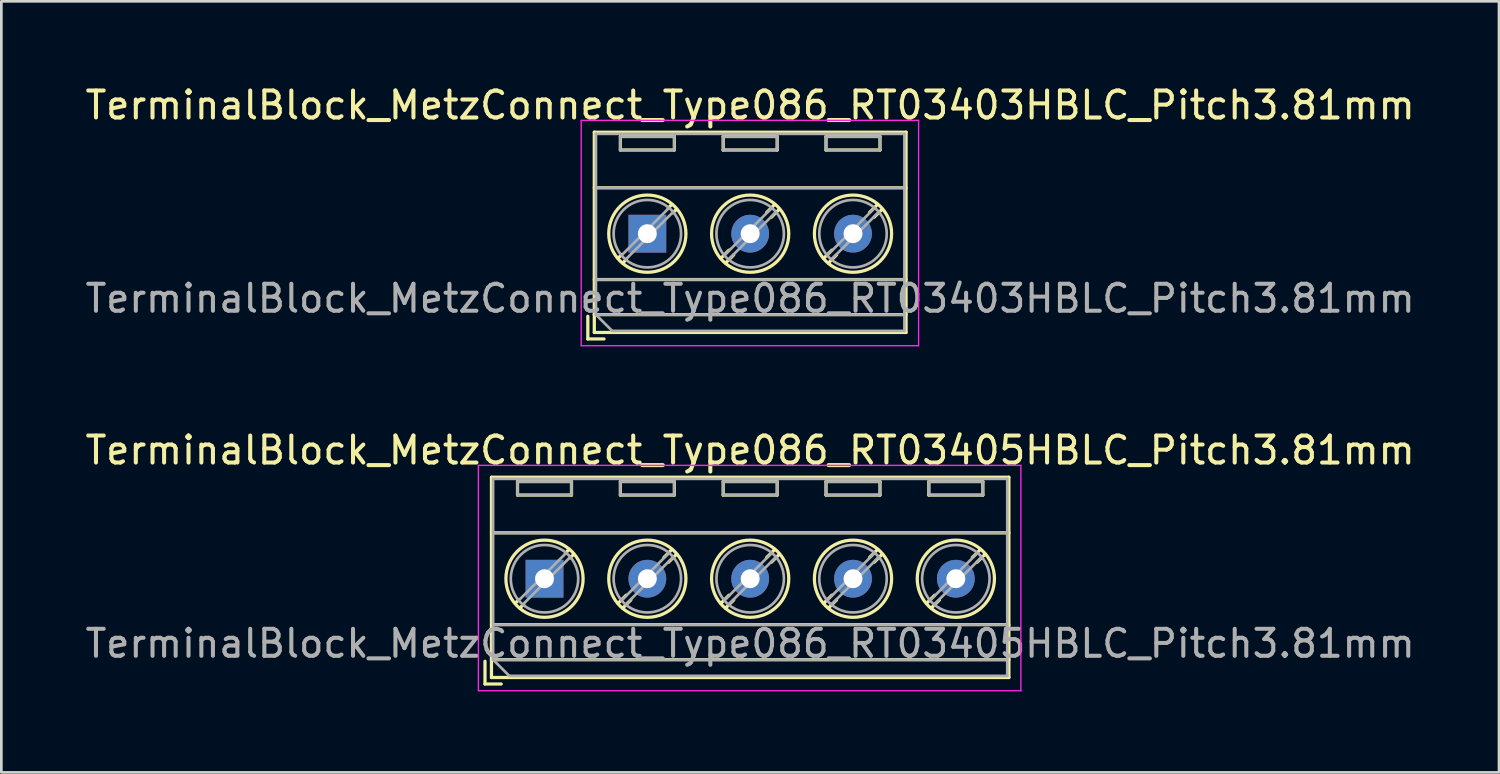
<source format=kicad_pcb>
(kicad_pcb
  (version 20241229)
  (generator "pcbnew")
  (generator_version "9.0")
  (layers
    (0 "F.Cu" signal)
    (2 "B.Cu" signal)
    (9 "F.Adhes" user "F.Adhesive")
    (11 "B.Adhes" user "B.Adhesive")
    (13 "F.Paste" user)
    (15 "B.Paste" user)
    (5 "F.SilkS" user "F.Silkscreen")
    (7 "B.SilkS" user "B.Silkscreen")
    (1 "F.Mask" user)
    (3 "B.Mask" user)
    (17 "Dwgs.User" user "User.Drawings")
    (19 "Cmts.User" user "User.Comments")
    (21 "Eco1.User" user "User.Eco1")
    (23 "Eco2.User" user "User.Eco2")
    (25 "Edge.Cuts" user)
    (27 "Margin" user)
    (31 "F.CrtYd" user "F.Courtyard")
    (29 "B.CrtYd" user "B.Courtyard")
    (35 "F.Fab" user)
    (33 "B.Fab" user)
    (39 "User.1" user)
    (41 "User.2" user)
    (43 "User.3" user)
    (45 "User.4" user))
  (footprint "TerminalBlock_MetzConnect_Type086_RT03405HBLC_Pitch3.81mm"
    (layer "F.Cu")
    (at 17.124 18.392)
    (property "Reference" "TerminalBlock_MetzConnect_Type086_RT03405HBLC_Pitch3.81mm" (at 7.62 -4.76 0) (layer "F.SilkS") (effects (font (size 1 1) (thickness 0.15))))
    (attr through_hole)
    (fp_line (start -2.205 3.06) (end -2.205 3.9) (stroke (width 0.12) (type solid)) (layer "F.SilkS"))
    (fp_line (start -2.205 3.9) (end -1.605 3.9) (stroke (width 0.12) (type solid)) (layer "F.SilkS"))
    (fp_line (start -1.965 -3.76) (end -1.965 3.66) (stroke (width 0.12) (type solid)) (layer "F.SilkS"))
    (fp_line (start -1.965 -1.7) (end 17.205 -1.7) (stroke (width 0.12) (type solid)) (layer "F.SilkS"))
    (fp_line (start -1.965 1.7) (end 17.205 1.7) (stroke (width 0.12) (type solid)) (layer "F.SilkS"))
    (fp_line (start -1.965 3) (end 17.205 3) (stroke (width 0.12) (type solid)) (layer "F.SilkS"))
    (fp_line (start -1.965 3.66) (end 17.205 3.66) (stroke (width 0.12) (type solid)) (layer "F.SilkS"))
    (fp_line (start -1 -3.6) (end -1 -3.1) (stroke (width 0.12) (type solid)) (layer "F.SilkS"))
    (fp_line (start -1 -3.6) (end 1 -3.6) (stroke (width 0.12) (type solid)) (layer "F.SilkS"))
    (fp_line (start -1 -3.1) (end 1 -3.1) (stroke (width 0.12) (type solid)) (layer "F.SilkS"))
    (fp_line (start -0.946 0.771) (end -1.085 0.91) (stroke (width 0.12) (type solid)) (layer "F.SilkS"))
    (fp_line (start -0.771 0.945) (end -0.911 1.085) (stroke (width 0.12) (type solid)) (layer "F.SilkS"))
    (fp_line (start 0.911 -1.085) (end 0.771 -0.945) (stroke (width 0.12) (type solid)) (layer "F.SilkS"))
    (fp_line (start 1 -3.6) (end 1 -3.1) (stroke (width 0.12) (type solid)) (layer "F.SilkS"))
    (fp_line (start 1.085 -0.91) (end 0.945 -0.771) (stroke (width 0.12) (type solid)) (layer "F.SilkS"))
    (fp_line (start 2.81 -3.6) (end 2.81 -3.1) (stroke (width 0.12) (type solid)) (layer "F.SilkS"))
    (fp_line (start 2.81 -3.6) (end 4.81 -3.6) (stroke (width 0.12) (type solid)) (layer "F.SilkS"))
    (fp_line (start 2.81 -3.1) (end 4.81 -3.1) (stroke (width 0.12) (type solid)) (layer "F.SilkS"))
    (fp_line (start 3.025 0.611) (end 2.726 0.91) (stroke (width 0.12) (type solid)) (layer "F.SilkS"))
    (fp_line (start 3.2 0.786) (end 2.9 1.085) (stroke (width 0.12) (type solid)) (layer "F.SilkS"))
    (fp_line (start 4.721 -1.085) (end 4.421 -0.786) (stroke (width 0.12) (type solid)) (layer "F.SilkS"))
    (fp_line (start 4.81 -3.6) (end 4.81 -3.1) (stroke (width 0.12) (type solid)) (layer "F.SilkS"))
    (fp_line (start 4.895 -0.91) (end 4.596 -0.611) (stroke (width 0.12) (type solid)) (layer "F.SilkS"))
    (fp_line (start 6.62 -3.6) (end 6.62 -3.1) (stroke (width 0.12) (type solid)) (layer "F.SilkS"))
    (fp_line (start 6.62 -3.6) (end 8.62 -3.6) (stroke (width 0.12) (type solid)) (layer "F.SilkS"))
    (fp_line (start 6.62 -3.1) (end 8.62 -3.1) (stroke (width 0.12) (type solid)) (layer "F.SilkS"))
    (fp_line (start 6.835 0.611) (end 6.536 0.91) (stroke (width 0.12) (type solid)) (layer "F.SilkS"))
    (fp_line (start 7.01 0.786) (end 6.71 1.085) (stroke (width 0.12) (type solid)) (layer "F.SilkS"))
    (fp_line (start 8.531 -1.085) (end 8.231 -0.786) (stroke (width 0.12) (type solid)) (layer "F.SilkS"))
    (fp_line (start 8.62 -3.6) (end 8.62 -3.1) (stroke (width 0.12) (type solid)) (layer "F.SilkS"))
    (fp_line (start 8.705 -0.91) (end 8.406 -0.611) (stroke (width 0.12) (type solid)) (layer "F.SilkS"))
    (fp_line (start 10.43 -3.6) (end 10.43 -3.1) (stroke (width 0.12) (type solid)) (layer "F.SilkS"))
    (fp_line (start 10.43 -3.6) (end 12.43 -3.6) (stroke (width 0.12) (type solid)) (layer "F.SilkS"))
    (fp_line (start 10.43 -3.1) (end 12.43 -3.1) (stroke (width 0.12) (type solid)) (layer "F.SilkS"))
    (fp_line (start 10.645 0.611) (end 10.346 0.91) (stroke (width 0.12) (type solid)) (layer "F.SilkS"))
    (fp_line (start 10.82 0.786) (end 10.52 1.085) (stroke (width 0.12) (type solid)) (layer "F.SilkS"))
    (fp_line (start 12.341 -1.085) (end 12.041 -0.786) (stroke (width 0.12) (type solid)) (layer "F.SilkS"))
    (fp_line (start 12.43 -3.6) (end 12.43 -3.1) (stroke (width 0.12) (type solid)) (layer "F.SilkS"))
    (fp_line (start 12.515 -0.91) (end 12.216 -0.611) (stroke (width 0.12) (type solid)) (layer "F.SilkS"))
    (fp_line (start 14.24 -3.6) (end 14.24 -3.1) (stroke (width 0.12) (type solid)) (layer "F.SilkS"))
    (fp_line (start 14.24 -3.6) (end 16.241 -3.6) (stroke (width 0.12) (type solid)) (layer "F.SilkS"))
    (fp_line (start 14.24 -3.1) (end 16.241 -3.1) (stroke (width 0.12) (type solid)) (layer "F.SilkS"))
    (fp_line (start 14.455 0.611) (end 14.156 0.91) (stroke (width 0.12) (type solid)) (layer "F.SilkS"))
    (fp_line (start 14.63 0.786) (end 14.33 1.085) (stroke (width 0.12) (type solid)) (layer "F.SilkS"))
    (fp_line (start 16.151 -1.085) (end 15.851 -0.786) (stroke (width 0.12) (type solid)) (layer "F.SilkS"))
    (fp_line (start 16.241 -3.6) (end 16.241 -3.1) (stroke (width 0.12) (type solid)) (layer "F.SilkS"))
    (fp_line (start 16.325 -0.91) (end 16.026 -0.611) (stroke (width 0.12) (type solid)) (layer "F.SilkS"))
    (fp_line (start 17.205 -3.76) (end -1.965 -3.76) (stroke (width 0.12) (type solid)) (layer "F.SilkS"))
    (fp_line (start 17.205 3.66) (end 17.205 -3.76) (stroke (width 0.12) (type solid)) (layer "F.SilkS"))
    (fp_circle (center 0 0) (end 1.43 0) (stroke (width 0.12) (type solid)) (fill no) (layer "F.SilkS"))
    (fp_circle (center 3.81 0) (end 5.24 0) (stroke (width 0.12) (type solid)) (fill no) (layer "F.SilkS"))
    (fp_circle (center 7.62 0) (end 9.05 0) (stroke (width 0.12) (type solid)) (fill no) (layer "F.SilkS"))
    (fp_circle (center 11.43 0) (end 12.86 0) (stroke (width 0.12) (type solid)) (fill no) (layer "F.SilkS"))
    (fp_circle (center 15.24 0) (end 16.67 0) (stroke (width 0.12) (type solid)) (fill no) (layer "F.SilkS"))
    (fp_line (start -2.45 -4.2) (end -2.45 4.15) (stroke (width 0.05) (type solid)) (layer "F.CrtYd"))
    (fp_line (start -2.45 4.15) (end 17.65 4.15) (stroke (width 0.05) (type solid)) (layer "F.CrtYd"))
    (fp_line (start 17.65 -4.2) (end -2.45 -4.2) (stroke (width 0.05) (type solid)) (layer "F.CrtYd"))
    (fp_line (start 17.65 4.15) (end 17.65 -4.2) (stroke (width 0.05) (type solid)) (layer "F.CrtYd"))
    (fp_line (start -1.905 -3.7) (end 17.145 -3.7) (stroke (width 0.1) (type solid)) (layer "F.Fab"))
    (fp_line (start -1.905 -1.7) (end 17.145 -1.7) (stroke (width 0.1) (type solid)) (layer "F.Fab"))
    (fp_line (start -1.905 1.7) (end 17.145 1.7) (stroke (width 0.1) (type solid)) (layer "F.Fab"))
    (fp_line (start -1.905 3) (end -1.905 -3.7) (stroke (width 0.1) (type solid)) (layer "F.Fab"))
    (fp_line (start -1.905 3) (end 17.145 3) (stroke (width 0.1) (type solid)) (layer "F.Fab"))
    (fp_line (start -1.305 3.6) (end -1.905 3) (stroke (width 0.1) (type solid)) (layer "F.Fab"))
    (fp_line (start -1 -3.6) (end -1 -3.1) (stroke (width 0.1) (type solid)) (layer "F.Fab"))
    (fp_line (start -1 -3.1) (end 1 -3.1) (stroke (width 0.1) (type solid)) (layer "F.Fab"))
    (fp_line (start 0.796 -0.948) (end -0.949 0.796) (stroke (width 0.1) (type solid)) (layer "F.Fab"))
    (fp_line (start 0.949 -0.796) (end -0.796 0.948) (stroke (width 0.1) (type solid)) (layer "F.Fab"))
    (fp_line (start 1 -3.6) (end -1 -3.6) (stroke (width 0.1) (type solid)) (layer "F.Fab"))
    (fp_line (start 1 -3.1) (end 1 -3.6) (stroke (width 0.1) (type solid)) (layer "F.Fab"))
    (fp_line (start 2.81 -3.6) (end 2.81 -3.1) (stroke (width 0.1) (type solid)) (layer "F.Fab"))
    (fp_line (start 2.81 -3.1) (end 4.81 -3.1) (stroke (width 0.1) (type solid)) (layer "F.Fab"))
    (fp_line (start 4.606 -0.948) (end 2.862 0.796) (stroke (width 0.1) (type solid)) (layer "F.Fab"))
    (fp_line (start 4.759 -0.796) (end 3.015 0.948) (stroke (width 0.1) (type solid)) (layer "F.Fab"))
    (fp_line (start 4.81 -3.6) (end 2.81 -3.6) (stroke (width 0.1) (type solid)) (layer "F.Fab"))
    (fp_line (start 4.81 -3.1) (end 4.81 -3.6) (stroke (width 0.1) (type solid)) (layer "F.Fab"))
    (fp_line (start 6.62 -3.6) (end 6.62 -3.1) (stroke (width 0.1) (type solid)) (layer "F.Fab"))
    (fp_line (start 6.62 -3.1) (end 8.62 -3.1) (stroke (width 0.1) (type solid)) (layer "F.Fab"))
    (fp_line (start 8.416 -0.948) (end 6.672 0.796) (stroke (width 0.1) (type solid)) (layer "F.Fab"))
    (fp_line (start 8.569 -0.796) (end 6.825 0.948) (stroke (width 0.1) (type solid)) (layer "F.Fab"))
    (fp_line (start 8.62 -3.6) (end 6.62 -3.6) (stroke (width 0.1) (type solid)) (layer "F.Fab"))
    (fp_line (start 8.62 -3.1) (end 8.62 -3.6) (stroke (width 0.1) (type solid)) (layer "F.Fab"))
    (fp_line (start 10.43 -3.6) (end 10.43 -3.1) (stroke (width 0.1) (type solid)) (layer "F.Fab"))
    (fp_line (start 10.43 -3.1) (end 12.43 -3.1) (stroke (width 0.1) (type solid)) (layer "F.Fab"))
    (fp_line (start 12.226 -0.948) (end 10.482 0.796) (stroke (width 0.1) (type solid)) (layer "F.Fab"))
    (fp_line (start 12.379 -0.796) (end 10.635 0.948) (stroke (width 0.1) (type solid)) (layer "F.Fab"))
    (fp_line (start 12.43 -3.6) (end 10.43 -3.6) (stroke (width 0.1) (type solid)) (layer "F.Fab"))
    (fp_line (start 12.43 -3.1) (end 12.43 -3.6) (stroke (width 0.1) (type solid)) (layer "F.Fab"))
    (fp_line (start 14.24 -3.6) (end 14.24 -3.1) (stroke (width 0.1) (type solid)) (layer "F.Fab"))
    (fp_line (start 14.24 -3.1) (end 16.24 -3.1) (stroke (width 0.1) (type solid)) (layer "F.Fab"))
    (fp_line (start 16.036 -0.948) (end 14.292 0.796) (stroke (width 0.1) (type solid)) (layer "F.Fab"))
    (fp_line (start 16.189 -0.796) (end 14.445 0.948) (stroke (width 0.1) (type solid)) (layer "F.Fab"))
    (fp_line (start 16.24 -3.6) (end 14.24 -3.6) (stroke (width 0.1) (type solid)) (layer "F.Fab"))
    (fp_line (start 16.24 -3.1) (end 16.24 -3.6) (stroke (width 0.1) (type solid)) (layer "F.Fab"))
    (fp_line (start 17.145 -3.7) (end 17.145 3.6) (stroke (width 0.1) (type solid)) (layer "F.Fab"))
    (fp_line (start 17.145 3.6) (end -1.305 3.6) (stroke (width 0.1) (type solid)) (layer "F.Fab"))
    (fp_circle (center 0 0) (end 1.25 0) (stroke (width 0.1) (type solid)) (fill no) (layer "F.Fab"))
    (fp_circle (center 3.81 0) (end 5.06 0) (stroke (width 0.1) (type solid)) (fill no) (layer "F.Fab"))
    (fp_circle (center 7.62 0) (end 8.87 0) (stroke (width 0.1) (type solid)) (fill no) (layer "F.Fab"))
    (fp_circle (center 11.43 0) (end 12.68 0) (stroke (width 0.1) (type solid)) (fill no) (layer "F.Fab"))
    (fp_circle (center 15.24 0) (end 16.49 0) (stroke (width 0.1) (type solid)) (fill no) (layer "F.Fab"))
    (fp_text user "${REFERENCE}" (at 7.62 2.4 0) (layer "F.Fab") (effects (font (size 1 1) (thickness 0.15))))
    (pad "1" thru_hole rect (at 0 0) (size 1.4 1.4) (drill 0.7) (layers "*.Cu" "*.Mask"))
    (pad "2" thru_hole circle (at 3.81 0) (size 1.4 1.4) (drill 0.7) (layers "*.Cu" "*.Mask"))
    (pad "3" thru_hole circle (at 7.62 0) (size 1.4 1.4) (drill 0.7) (layers "*.Cu" "*.Mask"))
    (pad "4" thru_hole circle (at 11.43 0) (size 1.4 1.4) (drill 0.7) (layers "*.Cu" "*.Mask"))
    (pad "5" thru_hole circle (at 15.24 0) (size 1.4 1.4) (drill 0.7) (layers "*.Cu" "*.Mask")))
  (footprint "TerminalBlock_MetzConnect_Type086_RT03403HBLC_Pitch3.81mm"
    (layer "F.Cu")
    (at 20.934 5.608)
    (property "Reference" "TerminalBlock_MetzConnect_Type086_RT03403HBLC_Pitch3.81mm" (at 3.81 -4.76 0) (layer "F.SilkS") (effects (font (size 1 1) (thickness 0.15))))
    (attr through_hole)
    (fp_line (start -2.205 3.06) (end -2.205 3.9) (stroke (width 0.12) (type solid)) (layer "F.SilkS"))
    (fp_line (start -2.205 3.9) (end -1.605 3.9) (stroke (width 0.12) (type solid)) (layer "F.SilkS"))
    (fp_line (start -1.965 -3.76) (end -1.965 3.66) (stroke (width 0.12) (type solid)) (layer "F.SilkS"))
    (fp_line (start -1.965 -1.7) (end 9.585 -1.7) (stroke (width 0.12) (type solid)) (layer "F.SilkS"))
    (fp_line (start -1.965 1.7) (end 9.585 1.7) (stroke (width 0.12) (type solid)) (layer "F.SilkS"))
    (fp_line (start -1.965 3) (end 9.585 3) (stroke (width 0.12) (type solid)) (layer "F.SilkS"))
    (fp_line (start -1.965 3.66) (end 9.585 3.66) (stroke (width 0.12) (type solid)) (layer "F.SilkS"))
    (fp_line (start -1 -3.6) (end -1 -3.1) (stroke (width 0.12) (type solid)) (layer "F.SilkS"))
    (fp_line (start -1 -3.6) (end 1 -3.6) (stroke (width 0.12) (type solid)) (layer "F.SilkS"))
    (fp_line (start -1 -3.1) (end 1 -3.1) (stroke (width 0.12) (type solid)) (layer "F.SilkS"))
    (fp_line (start -0.946 0.771) (end -1.085 0.91) (stroke (width 0.12) (type solid)) (layer "F.SilkS"))
    (fp_line (start -0.771 0.945) (end -0.911 1.085) (stroke (width 0.12) (type solid)) (layer "F.SilkS"))
    (fp_line (start 0.911 -1.085) (end 0.771 -0.945) (stroke (width 0.12) (type solid)) (layer "F.SilkS"))
    (fp_line (start 1 -3.6) (end 1 -3.1) (stroke (width 0.12) (type solid)) (layer "F.SilkS"))
    (fp_line (start 1.085 -0.91) (end 0.945 -0.771) (stroke (width 0.12) (type solid)) (layer "F.SilkS"))
    (fp_line (start 2.81 -3.6) (end 2.81 -3.1) (stroke (width 0.12) (type solid)) (layer "F.SilkS"))
    (fp_line (start 2.81 -3.6) (end 4.81 -3.6) (stroke (width 0.12) (type solid)) (layer "F.SilkS"))
    (fp_line (start 2.81 -3.1) (end 4.81 -3.1) (stroke (width 0.12) (type solid)) (layer "F.SilkS"))
    (fp_line (start 3.025 0.611) (end 2.726 0.91) (stroke (width 0.12) (type solid)) (layer "F.SilkS"))
    (fp_line (start 3.2 0.786) (end 2.9 1.085) (stroke (width 0.12) (type solid)) (layer "F.SilkS"))
    (fp_line (start 4.721 -1.085) (end 4.421 -0.786) (stroke (width 0.12) (type solid)) (layer "F.SilkS"))
    (fp_line (start 4.81 -3.6) (end 4.81 -3.1) (stroke (width 0.12) (type solid)) (layer "F.SilkS"))
    (fp_line (start 4.895 -0.91) (end 4.596 -0.611) (stroke (width 0.12) (type solid)) (layer "F.SilkS"))
    (fp_line (start 6.62 -3.6) (end 6.62 -3.1) (stroke (width 0.12) (type solid)) (layer "F.SilkS"))
    (fp_line (start 6.62 -3.6) (end 8.62 -3.6) (stroke (width 0.12) (type solid)) (layer "F.SilkS"))
    (fp_line (start 6.62 -3.1) (end 8.62 -3.1) (stroke (width 0.12) (type solid)) (layer "F.SilkS"))
    (fp_line (start 6.835 0.611) (end 6.536 0.91) (stroke (width 0.12) (type solid)) (layer "F.SilkS"))
    (fp_line (start 7.01 0.786) (end 6.71 1.085) (stroke (width 0.12) (type solid)) (layer "F.SilkS"))
    (fp_line (start 8.531 -1.085) (end 8.231 -0.786) (stroke (width 0.12) (type solid)) (layer "F.SilkS"))
    (fp_line (start 8.62 -3.6) (end 8.62 -3.1) (stroke (width 0.12) (type solid)) (layer "F.SilkS"))
    (fp_line (start 8.705 -0.91) (end 8.406 -0.611) (stroke (width 0.12) (type solid)) (layer "F.SilkS"))
    (fp_line (start 9.585 -3.76) (end -1.965 -3.76) (stroke (width 0.12) (type solid)) (layer "F.SilkS"))
    (fp_line (start 9.585 3.66) (end 9.585 -3.76) (stroke (width 0.12) (type solid)) (layer "F.SilkS"))
    (fp_circle (center 0 0) (end 1.43 0) (stroke (width 0.12) (type solid)) (fill no) (layer "F.SilkS"))
    (fp_circle (center 3.81 0) (end 5.24 0) (stroke (width 0.12) (type solid)) (fill no) (layer "F.SilkS"))
    (fp_circle (center 7.62 0) (end 9.05 0) (stroke (width 0.12) (type solid)) (fill no) (layer "F.SilkS"))
    (fp_line (start -2.45 -4.2) (end -2.45 4.15) (stroke (width 0.05) (type solid)) (layer "F.CrtYd"))
    (fp_line (start -2.45 4.15) (end 10.05 4.15) (stroke (width 0.05) (type solid)) (layer "F.CrtYd"))
    (fp_line (start 10.05 -4.2) (end -2.45 -4.2) (stroke (width 0.05) (type solid)) (layer "F.CrtYd"))
    (fp_line (start 10.05 4.15) (end 10.05 -4.2) (stroke (width 0.05) (type solid)) (layer "F.CrtYd"))
    (fp_line (start -1.905 -3.7) (end 9.525 -3.7) (stroke (width 0.1) (type solid)) (layer "F.Fab"))
    (fp_line (start -1.905 -1.7) (end 9.525 -1.7) (stroke (width 0.1) (type solid)) (layer "F.Fab"))
    (fp_line (start -1.905 1.7) (end 9.525 1.7) (stroke (width 0.1) (type solid)) (layer "F.Fab"))
    (fp_line (start -1.905 3) (end -1.905 -3.7) (stroke (width 0.1) (type solid)) (layer "F.Fab"))
    (fp_line (start -1.905 3) (end 9.525 3) (stroke (width 0.1) (type solid)) (layer "F.Fab"))
    (fp_line (start -1.305 3.6) (end -1.905 3) (stroke (width 0.1) (type solid)) (layer "F.Fab"))
    (fp_line (start -1 -3.6) (end -1 -3.1) (stroke (width 0.1) (type solid)) (layer "F.Fab"))
    (fp_line (start -1 -3.1) (end 1 -3.1) (stroke (width 0.1) (type solid)) (layer "F.Fab"))
    (fp_line (start 0.796 -0.948) (end -0.949 0.796) (stroke (width 0.1) (type solid)) (layer "F.Fab"))
    (fp_line (start 0.949 -0.796) (end -0.796 0.948) (stroke (width 0.1) (type solid)) (layer "F.Fab"))
    (fp_line (start 1 -3.6) (end -1 -3.6) (stroke (width 0.1) (type solid)) (layer "F.Fab"))
    (fp_line (start 1 -3.1) (end 1 -3.6) (stroke (width 0.1) (type solid)) (layer "F.Fab"))
    (fp_line (start 2.81 -3.6) (end 2.81 -3.1) (stroke (width 0.1) (type solid)) (layer "F.Fab"))
    (fp_line (start 2.81 -3.1) (end 4.81 -3.1) (stroke (width 0.1) (type solid)) (layer "F.Fab"))
    (fp_line (start 4.606 -0.948) (end 2.862 0.796) (stroke (width 0.1) (type solid)) (layer "F.Fab"))
    (fp_line (start 4.759 -0.796) (end 3.015 0.948) (stroke (width 0.1) (type solid)) (layer "F.Fab"))
    (fp_line (start 4.81 -3.6) (end 2.81 -3.6) (stroke (width 0.1) (type solid)) (layer "F.Fab"))
    (fp_line (start 4.81 -3.1) (end 4.81 -3.6) (stroke (width 0.1) (type solid)) (layer "F.Fab"))
    (fp_line (start 6.62 -3.6) (end 6.62 -3.1) (stroke (width 0.1) (type solid)) (layer "F.Fab"))
    (fp_line (start 6.62 -3.1) (end 8.62 -3.1) (stroke (width 0.1) (type solid)) (layer "F.Fab"))
    (fp_line (start 8.416 -0.948) (end 6.672 0.796) (stroke (width 0.1) (type solid)) (layer "F.Fab"))
    (fp_line (start 8.569 -0.796) (end 6.825 0.948) (stroke (width 0.1) (type solid)) (layer "F.Fab"))
    (fp_line (start 8.62 -3.6) (end 6.62 -3.6) (stroke (width 0.1) (type solid)) (layer "F.Fab"))
    (fp_line (start 8.62 -3.1) (end 8.62 -3.6) (stroke (width 0.1) (type solid)) (layer "F.Fab"))
    (fp_line (start 9.525 -3.7) (end 9.525 3.6) (stroke (width 0.1) (type solid)) (layer "F.Fab"))
    (fp_line (start 9.525 3.6) (end -1.305 3.6) (stroke (width 0.1) (type solid)) (layer "F.Fab"))
    (fp_circle (center 0 0) (end 1.25 0) (stroke (width 0.1) (type solid)) (fill no) (layer "F.Fab"))
    (fp_circle (center 3.81 0) (end 5.06 0) (stroke (width 0.1) (type solid)) (fill no) (layer "F.Fab"))
    (fp_circle (center 7.62 0) (end 8.87 0) (stroke (width 0.1) (type solid)) (fill no) (layer "F.Fab"))
    (fp_text user "${REFERENCE}" (at 3.81 2.4 0) (layer "F.Fab") (effects (font (size 1 1) (thickness 0.15))))
    (pad "1" thru_hole rect (at 0 0) (size 1.4 1.4) (drill 0.7) (layers "*.Cu" "*.Mask"))
    (pad "2" thru_hole circle (at 3.81 0) (size 1.4 1.4) (drill 0.7) (layers "*.Cu" "*.Mask"))
    (pad "3" thru_hole circle (at 7.62 0) (size 1.4 1.4) (drill 0.7) (layers "*.Cu" "*.Mask")))
  (gr_rect
    (start -3 -3)
    (end 52.488 25.567)
    (stroke (width 0.1) (type default))
    (fill no)
    (layer "Edge.Cuts")))
</source>
